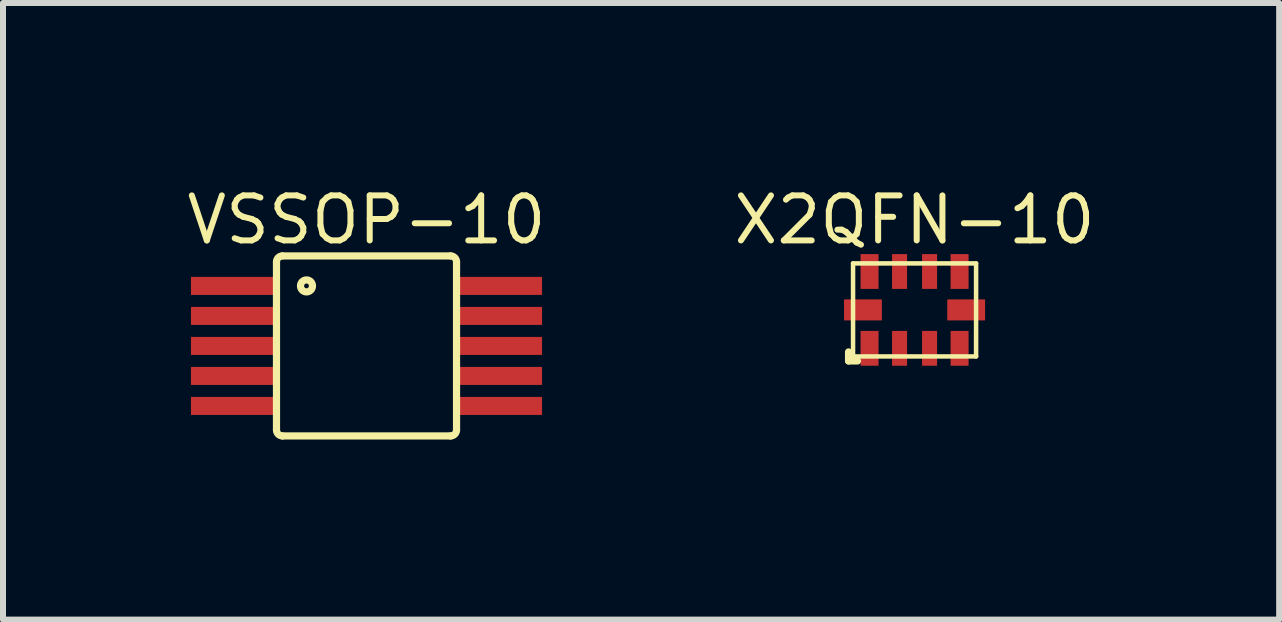
<source format=kicad_pcb>
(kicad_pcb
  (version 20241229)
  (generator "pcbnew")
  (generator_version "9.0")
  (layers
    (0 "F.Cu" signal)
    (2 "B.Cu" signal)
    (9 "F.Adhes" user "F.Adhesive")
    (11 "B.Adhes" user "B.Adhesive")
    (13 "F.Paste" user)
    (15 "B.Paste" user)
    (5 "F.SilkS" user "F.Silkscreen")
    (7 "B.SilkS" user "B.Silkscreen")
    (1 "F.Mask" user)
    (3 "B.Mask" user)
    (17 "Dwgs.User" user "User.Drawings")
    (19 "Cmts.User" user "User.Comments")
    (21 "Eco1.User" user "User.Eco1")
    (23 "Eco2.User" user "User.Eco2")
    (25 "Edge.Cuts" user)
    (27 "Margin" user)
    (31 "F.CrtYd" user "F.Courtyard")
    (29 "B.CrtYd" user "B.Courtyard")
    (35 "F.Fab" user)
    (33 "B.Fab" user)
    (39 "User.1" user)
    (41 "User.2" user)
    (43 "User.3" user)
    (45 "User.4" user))
  (footprint "X2QFN-10"
    (layer "F.Cu")
    (at 12.189 2.114)
    (property "Reference" "X2QFN-10" (at 0 -1.5 0) (layer "F.SilkS") (effects (font (size 0.75 0.75) (thickness 0.1))))
    (attr through_hole)
    (fp_line (start -1.1 0.7) (end -1.1 0.85) (stroke (width 0.12) (type solid)) (layer "F.SilkS"))
    (fp_line (start -1.1 0.85) (end -0.95 0.85) (stroke (width 0.12) (type solid)) (layer "F.SilkS"))
    (fp_line (start -1.025 -0.775) (end 1.025 -0.775) (stroke (width 0.075) (type solid)) (layer "F.SilkS"))
    (fp_line (start -1.025 0.775) (end -1.025 -0.775) (stroke (width 0.075) (type solid)) (layer "F.SilkS"))
    (fp_line (start 1.025 -0.775) (end 1.025 0.775) (stroke (width 0.075) (type solid)) (layer "F.SilkS"))
    (fp_line (start 1.025 0.775) (end -1.025 0.775) (stroke (width 0.075) (type solid)) (layer "F.SilkS"))
    (pad "1" smd rect (at -0.75 0.64) (size 0.3 0.58) (layers "F.Cu" "F.Mask" "F.Paste"))
    (pad "2" smd rect (at -0.25 0.64) (size 0.25 0.58) (layers "F.Cu" "F.Mask" "F.Paste"))
    (pad "3" smd rect (at 0.25 0.64) (size 0.25 0.58) (layers "F.Cu" "F.Mask" "F.Paste"))
    (pad "4" smd rect (at 0.75 0.64) (size 0.3 0.58) (layers "F.Cu" "F.Mask" "F.Paste"))
    (pad "5" smd rect (at 0.86 0) (size 0.63 0.35) (layers "F.Cu" "F.Mask" "F.Paste"))
    (pad "6" smd rect (at 0.75 -0.64) (size 0.3 0.58) (layers "F.Cu" "F.Mask" "F.Paste"))
    (pad "7" smd rect (at 0.25 -0.64) (size 0.25 0.58) (layers "F.Cu" "F.Mask" "F.Paste"))
    (pad "8" smd rect (at -0.25 -0.64) (size 0.25 0.58) (layers "F.Cu" "F.Mask" "F.Paste"))
    (pad "9" smd rect (at -0.75 -0.64) (size 0.3 0.58) (layers "F.Cu" "F.Mask" "F.Paste"))
    (pad "10" smd rect (at -0.86 0) (size 0.63 0.35) (layers "F.Cu" "F.Mask" "F.Paste")))
  (footprint "VSSOP-10"
    (layer "F.Cu")
    (at 3.057 2.714)
    (property "Reference" "VSSOP-10" (at 0 -2.1 0) (layer "F.SilkS") (effects (font (size 0.75 0.75) (thickness 0.1))))
    (attr through_hole)
    (fp_line (start -1.5 1.4) (end -1.5 -1.4) (stroke (width 0.12) (type solid)) (layer "F.SilkS"))
    (fp_line (start -1.4 -1.5) (end 1.4 -1.5) (stroke (width 0.12) (type solid)) (layer "F.SilkS"))
    (fp_line (start 1.4 1.5) (end -1.4 1.5) (stroke (width 0.12) (type solid)) (layer "F.SilkS"))
    (fp_line (start 1.5 -1.4) (end 1.5 1.4) (stroke (width 0.12) (type solid)) (layer "F.SilkS"))
    (fp_arc (start -1.5 -1.4) (mid -1.470711 -1.470711) (end -1.4 -1.5) (stroke (width 0.12) (type solid)) (layer "F.SilkS"))
    (fp_arc (start -1.4 1.5) (mid -1.470711 1.470711) (end -1.5 1.4) (stroke (width 0.12) (type solid)) (layer "F.SilkS"))
    (fp_arc (start 1.4 -1.5) (mid 1.470711 -1.470711) (end 1.5 -1.4) (stroke (width 0.12) (type solid)) (layer "F.SilkS"))
    (fp_arc (start 1.5 1.4) (mid 1.470711 1.470711) (end 1.4 1.5) (stroke (width 0.12) (type solid)) (layer "F.SilkS"))
    (fp_circle (center -1 -1) (end -1 -1.1) (stroke (width 0.12) (type solid)) (fill no) (layer "F.SilkS"))
    (pad "1" smd rect (at -2.2 -1) (size 1.45 0.3) (layers "F.Cu" "F.Mask" "F.Paste"))
    (pad "2" smd rect (at -2.2 -0.5) (size 1.45 0.3) (layers "F.Cu" "F.Mask" "F.Paste"))
    (pad "3" smd rect (at -2.2 0) (size 1.45 0.3) (layers "F.Cu" "F.Mask" "F.Paste"))
    (pad "4" smd rect (at -2.2 0.5) (size 1.45 0.3) (layers "F.Cu" "F.Mask" "F.Paste"))
    (pad "5" smd rect (at -2.2 1) (size 1.45 0.3) (layers "F.Cu" "F.Mask" "F.Paste"))
    (pad "6" smd rect (at 2.2 1) (size 1.45 0.3) (layers "F.Cu" "F.Mask" "F.Paste"))
    (pad "7" smd rect (at 2.2 0.5) (size 1.45 0.3) (layers "F.Cu" "F.Mask" "F.Paste"))
    (pad "8" smd rect (at 2.2 0) (size 1.45 0.3) (layers "F.Cu" "F.Mask" "F.Paste"))
    (pad "9" smd rect (at 2.2 -0.5) (size 1.45 0.3) (layers "F.Cu" "F.Mask" "F.Paste"))
    (pad "10" smd rect (at 2.2 -1) (size 1.45 0.3) (layers "F.Cu" "F.Mask" "F.Paste")))
  (gr_rect
    (start -3 -3)
    (end 18.264 7.274)
    (stroke (width 0.1) (type default))
    (fill no)
    (layer "Edge.Cuts")))
</source>
